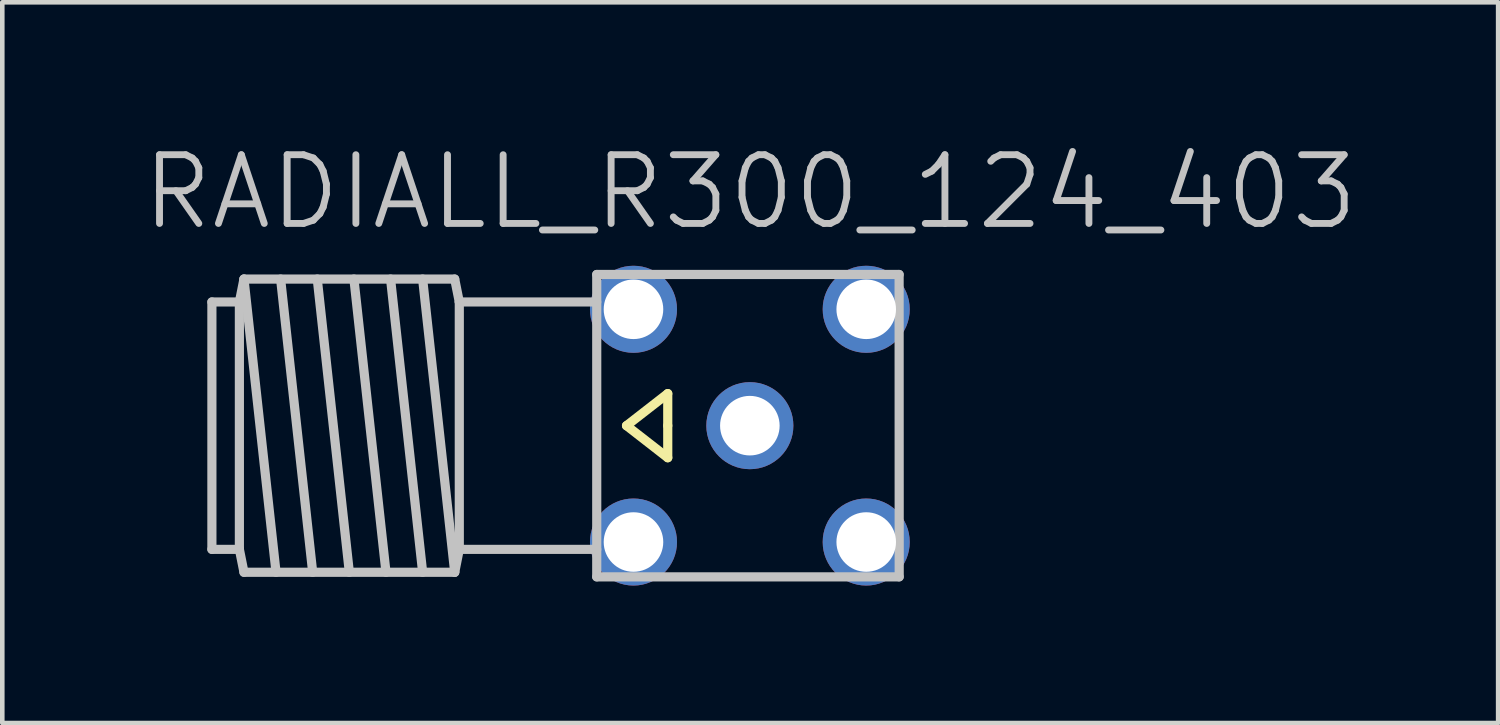
<source format=kicad_pcb>
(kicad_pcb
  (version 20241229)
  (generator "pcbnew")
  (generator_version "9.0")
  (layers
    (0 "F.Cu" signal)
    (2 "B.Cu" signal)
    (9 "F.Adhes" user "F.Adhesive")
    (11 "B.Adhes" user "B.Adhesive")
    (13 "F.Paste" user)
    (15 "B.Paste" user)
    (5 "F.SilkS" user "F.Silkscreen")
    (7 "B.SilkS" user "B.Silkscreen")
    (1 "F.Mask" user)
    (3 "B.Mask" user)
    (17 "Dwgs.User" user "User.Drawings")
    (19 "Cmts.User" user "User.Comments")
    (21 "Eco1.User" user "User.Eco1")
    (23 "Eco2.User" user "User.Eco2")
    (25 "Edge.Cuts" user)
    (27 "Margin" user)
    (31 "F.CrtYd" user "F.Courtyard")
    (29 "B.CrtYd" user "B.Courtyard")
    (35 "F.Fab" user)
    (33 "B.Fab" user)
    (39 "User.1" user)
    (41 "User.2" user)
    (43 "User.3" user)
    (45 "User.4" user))
  (footprint "RADIALL_R300_124_403"
    (layer "F.Cu")
    (at 13.325 6.241)
    (property "Reference" "RADIALL_R300_124_403" (at 0 -5.1 180) (layer "Dwgs.User") (effects (font (size 1.5 1.5) (thickness 0.15))))
    (attr through_hole)
    (fp_line (start -2.7 0) (end -1.8 0.7) (stroke (width 0.2) (type solid)) (layer "F.SilkS"))
    (fp_line (start -1.8 -0.7) (end -2.7 0) (stroke (width 0.2) (type solid)) (layer "F.SilkS"))
    (fp_line (start -1.8 0) (end -1.8 -0.7) (stroke (width 0.2) (type solid)) (layer "F.SilkS"))
    (fp_line (start -1.8 0.7) (end -1.8 0) (stroke (width 0.2) (type solid)) (layer "F.SilkS"))
    (fp_line (start -11.75 -2.7) (end -11.75 2.7) (stroke (width 0.2) (type solid)) (layer "Dwgs.User"))
    (fp_line (start -11.75 -2.7) (end -11.15 -2.7) (stroke (width 0.2) (type solid)) (layer "Dwgs.User"))
    (fp_line (start -11.75 2.7) (end -11.15 2.7) (stroke (width 0.2) (type solid)) (layer "Dwgs.User"))
    (fp_line (start -11.15 -2.7) (end -11.15 2.7) (stroke (width 0.2) (type solid)) (layer "Dwgs.User"))
    (fp_line (start -11.15 2.7) (end -11.05 3.2) (stroke (width 0.2) (type solid)) (layer "Dwgs.User"))
    (fp_line (start -11.05 -3.2) (end -11.15 -2.7) (stroke (width 0.2) (type solid)) (layer "Dwgs.User"))
    (fp_line (start -11.05 -3.2) (end -10.35 3.2) (stroke (width 0.2) (type solid)) (layer "Dwgs.User"))
    (fp_line (start -10.25 -3.2) (end -9.55 3.2) (stroke (width 0.2) (type solid)) (layer "Dwgs.User"))
    (fp_line (start -9.45 -3.2) (end -8.75 3.2) (stroke (width 0.2) (type solid)) (layer "Dwgs.User"))
    (fp_line (start -8.65 -3.2) (end -7.95 3.2) (stroke (width 0.2) (type solid)) (layer "Dwgs.User"))
    (fp_line (start -7.85 -3.2) (end -7.15 3.2) (stroke (width 0.2) (type solid)) (layer "Dwgs.User"))
    (fp_line (start -7.15 -3.2) (end -6.45 3.2) (stroke (width 0.2) (type solid)) (layer "Dwgs.User"))
    (fp_line (start -6.45 -3.2) (end -11.05 -3.2) (stroke (width 0.2) (type solid)) (layer "Dwgs.User"))
    (fp_line (start -6.45 -3.2) (end -6.35 -2.7) (stroke (width 0.2) (type solid)) (layer "Dwgs.User"))
    (fp_line (start -6.45 3.2) (end -11.05 3.2) (stroke (width 0.2) (type solid)) (layer "Dwgs.User"))
    (fp_line (start -6.35 -2.7) (end -6.35 2.7) (stroke (width 0.2) (type solid)) (layer "Dwgs.User"))
    (fp_line (start -6.35 -2.7) (end -3.35 -2.7) (stroke (width 0.2) (type solid)) (layer "Dwgs.User"))
    (fp_line (start -6.35 2.7) (end -6.45 3.2) (stroke (width 0.2) (type solid)) (layer "Dwgs.User"))
    (fp_line (start -3.35 -3.3) (end 3.25 -3.3) (stroke (width 0.2) (type solid)) (layer "Dwgs.User"))
    (fp_line (start -3.35 2.7) (end -6.35 2.7) (stroke (width 0.2) (type solid)) (layer "Dwgs.User"))
    (fp_line (start -3.35 3.3) (end -3.35 -3.3) (stroke (width 0.2) (type solid)) (layer "Dwgs.User"))
    (fp_line (start 3.25 -3.3) (end 3.252 3.3) (stroke (width 0.2) (type solid)) (layer "Dwgs.User"))
    (fp_line (start 3.25 3.3) (end -3.35 3.3) (stroke (width 0.2) (type solid)) (layer "Dwgs.User"))
    (pad "1" thru_hole circle (at -0.008 0 270) (size 1.9 1.9) (drill 1.3) (layers "*.Cu" "*.Mask"))
    (pad "2" thru_hole circle (at -2.548 -2.54 270) (size 1.9 1.9) (drill 1.3) (layers "*.Cu" "*.Mask"))
    (pad "2" thru_hole circle (at -2.548 2.54 270) (size 1.9 1.9) (drill 1.3) (layers "*.Cu" "*.Mask"))
    (pad "2" thru_hole circle (at 2.532 -2.54 270) (size 1.9 1.9) (drill 1.3) (layers "*.Cu" "*.Mask"))
    (pad "2" thru_hole circle (at 2.532 2.54 270) (size 1.9 1.9) (drill 1.3) (layers "*.Cu" "*.Mask")))
  (gr_rect
    (start -3 -3)
    (end 29.65 12.731)
    (stroke (width 0.1) (type default))
    (fill no)
    (layer "Edge.Cuts")))
</source>
